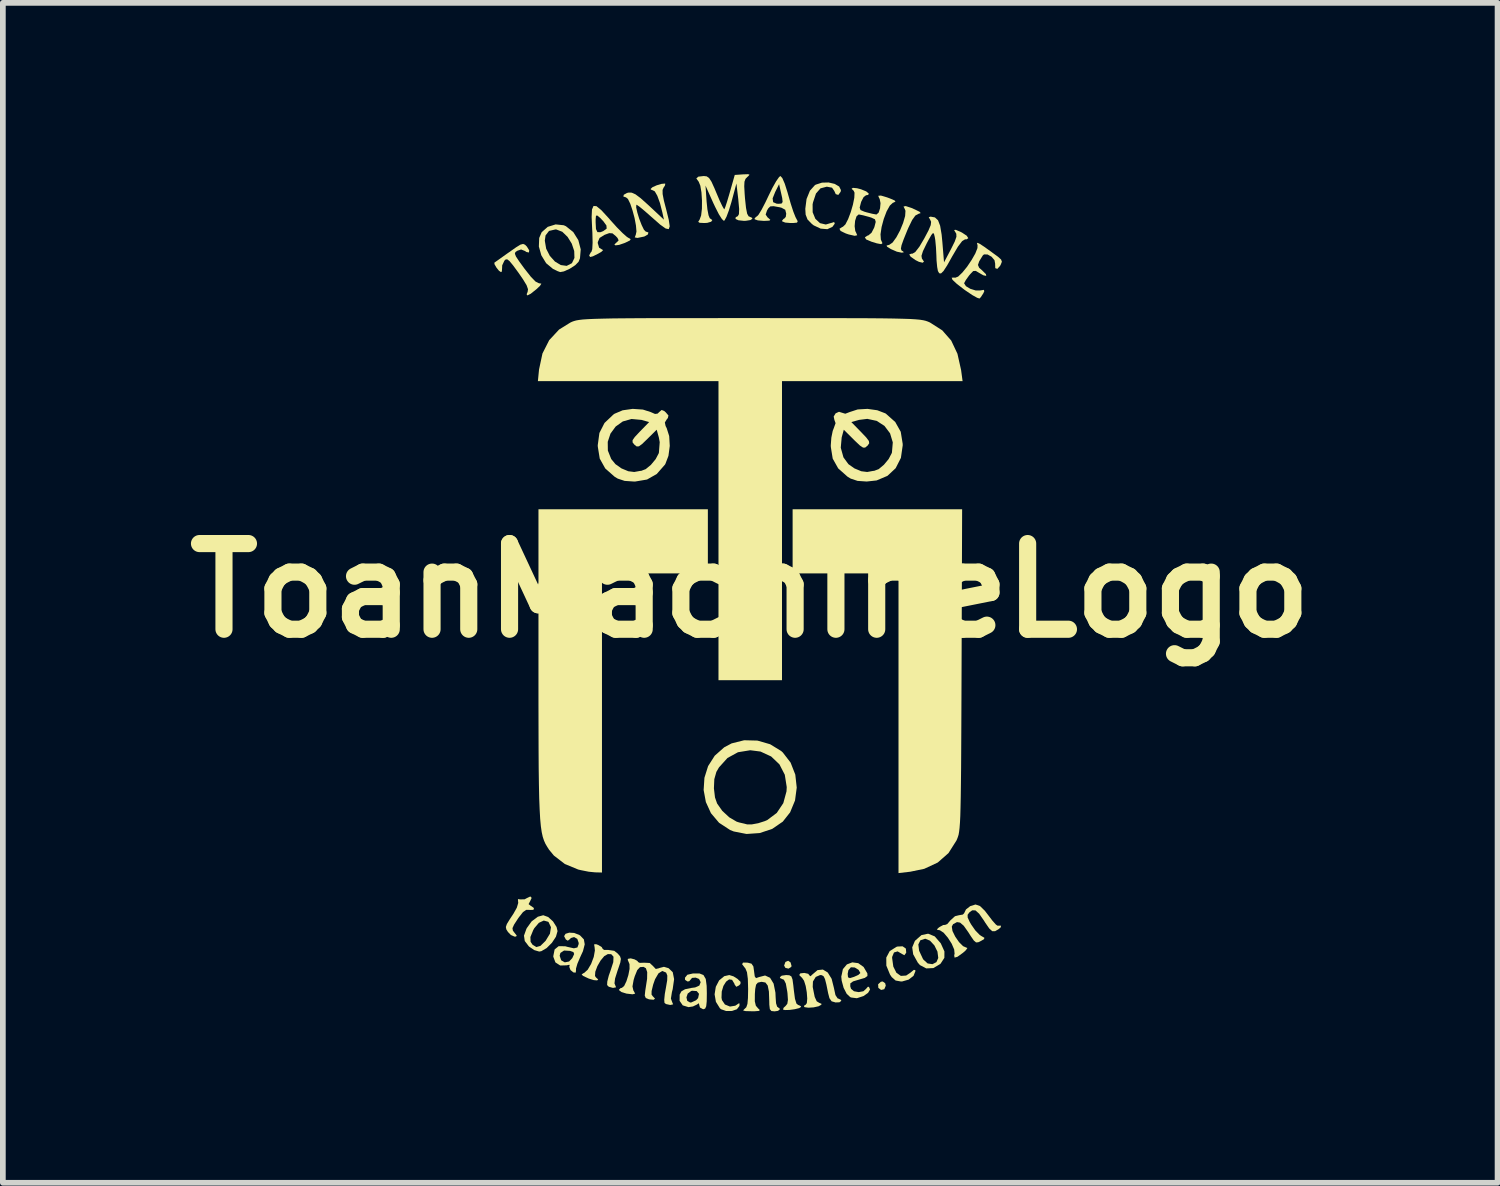
<source format=kicad_pcb>
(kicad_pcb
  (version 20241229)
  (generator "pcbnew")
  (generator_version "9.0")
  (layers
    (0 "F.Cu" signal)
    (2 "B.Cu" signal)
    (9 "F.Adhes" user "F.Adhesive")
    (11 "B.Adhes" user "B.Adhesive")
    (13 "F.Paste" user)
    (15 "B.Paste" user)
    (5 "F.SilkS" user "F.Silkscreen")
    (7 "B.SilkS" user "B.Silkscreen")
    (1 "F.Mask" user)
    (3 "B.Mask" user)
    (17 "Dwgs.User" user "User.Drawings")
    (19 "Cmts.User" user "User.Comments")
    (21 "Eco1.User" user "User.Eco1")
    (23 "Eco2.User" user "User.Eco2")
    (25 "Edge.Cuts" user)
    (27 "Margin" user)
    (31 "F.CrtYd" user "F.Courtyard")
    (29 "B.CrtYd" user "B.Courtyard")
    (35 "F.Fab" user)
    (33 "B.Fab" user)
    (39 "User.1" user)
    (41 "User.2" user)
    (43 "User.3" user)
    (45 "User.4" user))
  (footprint "ToanMachineLogo"
    (layer "F.Cu")
    (at 10.086 7.289)
    (property "Reference" "ToanMachineLogo" (at 0 0 0) (layer "F.SilkS") (effects (font (size 1.5 1.5) (thickness 0.3))))
    (attr board_only exclude_from_pos_files exclude_from_bom)
    (fp_poly (pts (xy 0.706 6.512) (xy 0.723 6.573) (xy 0.718 6.591) (xy 0.67 6.621) (xy 0.615 6.607) (xy 0.593 6.567) (xy 0.616 6.504) (xy 0.664 6.483)) (stroke (width 0) (type solid)) (fill yes) (layer "F.SilkS"))
    (fp_poly (pts (xy 2.363 6.877) (xy 2.373 6.92) (xy 2.347 6.981) (xy 2.291 6.994) (xy 2.243 6.958) (xy 2.239 6.895) (xy 2.287 6.851) (xy 2.32 6.846)) (stroke (width 0) (type solid)) (fill yes) (layer "F.SilkS"))
    (fp_poly (pts (xy 0.685 6.737) (xy 0.72 6.757) (xy 0.74 6.81) (xy 0.754 6.913) (xy 0.763 6.995) (xy 0.783 7.148) (xy 0.809 7.233) (xy 0.839 7.257) (xy 0.885 7.277) (xy 0.89 7.291) (xy 0.858 7.312) (xy 0.781 7.331) (xy 0.688 7.344) (xy 0.608 7.346) (xy 0.573 7.337) (xy 0.585 7.305) (xy 0.616 7.277) (xy 0.649 7.237) (xy 0.66 7.168) (xy 0.652 7.05) (xy 0.648 7.021) (xy 0.623 6.882) (xy 0.589 6.815) (xy 0.57 6.808) (xy 0.524 6.787) (xy 0.519 6.771) (xy 0.551 6.744) (xy 0.628 6.733)) (stroke (width 0) (type solid)) (fill yes) (layer "F.SilkS"))
    (fp_poly (pts (xy 3.7 1.393) (xy 3.698 1.919) (xy 3.696 2.375) (xy 3.694 2.767) (xy 3.692 3.1) (xy 3.689 3.38) (xy 3.686 3.611) (xy 3.682 3.799) (xy 3.678 3.948) (xy 3.672 4.066) (xy 3.665 4.156) (xy 3.657 4.224) (xy 3.648 4.276) (xy 3.636 4.315) (xy 3.623 4.349) (xy 3.611 4.377) (xy 3.471 4.598) (xy 3.283 4.763) (xy 3.047 4.873) (xy 2.802 4.924) (xy 2.596 4.948) (xy 2.596 2.324) (xy 2.596 -0.299) (xy 1.669 -0.299) (xy 0.742 -0.299) (xy 0.742 -0.86) (xy 0.742 -1.422) (xy 2.226 -1.422) (xy 3.71 -1.422)) (stroke (width 0) (type solid)) (fill yes) (layer "F.SilkS"))
    (fp_poly (pts (xy 2.725 6.27) (xy 2.731 6.339) (xy 2.73 6.343) (xy 2.699 6.386) (xy 2.661 6.366) (xy 2.581 6.319) (xy 2.517 6.338) (xy 2.485 6.415) (xy 2.484 6.432) (xy 2.505 6.585) (xy 2.559 6.693) (xy 2.637 6.748) (xy 2.73 6.742) (xy 2.803 6.693) (xy 2.865 6.642) (xy 2.89 6.647) (xy 2.892 6.665) (xy 2.859 6.747) (xy 2.774 6.813) (xy 2.661 6.845) (xy 2.639 6.846) (xy 2.545 6.829) (xy 2.476 6.768) (xy 2.447 6.724) (xy 2.383 6.568) (xy 2.382 6.427) (xy 2.442 6.314) (xy 2.559 6.24) (xy 2.577 6.234) (xy 2.668 6.23)) (stroke (width 0) (type solid)) (fill yes) (layer "F.SilkS"))
    (fp_poly (pts (xy -0.742 -0.86) (xy -0.742 -0.299) (xy -1.669 -0.299) (xy -2.596 -0.299) (xy -2.596 2.319) (xy -2.596 4.938) (xy -2.716 4.935) (xy -2.828 4.924) (xy -2.963 4.897) (xy -3.011 4.886) (xy -3.246 4.789) (xy -3.438 4.641) (xy -3.523 4.538) (xy -3.556 4.486) (xy -3.586 4.435) (xy -3.611 4.379) (xy -3.633 4.313) (xy -3.651 4.231) (xy -3.666 4.128) (xy -3.678 3.998) (xy -3.687 3.838) (xy -3.695 3.64) (xy -3.7 3.4) (xy -3.704 3.112) (xy -3.706 2.772) (xy -3.707 2.374) (xy -3.708 1.912) (xy -3.708 1.381) (xy -3.708 1.301) (xy -3.708 -1.422) (xy -2.225 -1.422) (xy -0.742 -1.422)) (stroke (width 0) (type solid)) (fill yes) (layer "F.SilkS"))
    (fp_poly (pts (xy -0.293 6.756) (xy -0.223 6.8) (xy -0.169 6.853) (xy -0.172 6.89) (xy -0.197 6.915) (xy -0.244 6.939) (xy -0.273 6.9) (xy -0.277 6.885) (xy -0.318 6.817) (xy -0.37 6.809) (xy -0.423 6.849) (xy -0.47 6.924) (xy -0.499 7.021) (xy -0.503 7.13) (xy -0.495 7.172) (xy -0.443 7.249) (xy -0.355 7.285) (xy -0.262 7.27) (xy -0.236 7.253) (xy -0.192 7.224) (xy -0.187 7.256) (xy -0.191 7.277) (xy -0.234 7.332) (xy -0.32 7.362) (xy -0.422 7.363) (xy -0.51 7.332) (xy -0.531 7.315) (xy -0.601 7.202) (xy -0.624 7.071) (xy -0.603 6.939) (xy -0.545 6.827) (xy -0.455 6.753) (xy -0.367 6.733)) (stroke (width 0) (type solid)) (fill yes) (layer "F.SilkS"))
    (fp_poly (pts (xy 2.82 -6.699) (xy 2.884 -6.671) (xy 2.965 -6.631) (xy 2.984 -6.608) (xy 2.946 -6.595) (xy 2.943 -6.594) (xy 2.89 -6.564) (xy 2.835 -6.487) (xy 2.769 -6.351) (xy 2.748 -6.302) (xy 2.685 -6.146) (xy 2.649 -6.045) (xy 2.638 -5.986) (xy 2.649 -5.953) (xy 2.679 -5.935) (xy 2.687 -5.92) (xy 2.651 -5.915) (xy 2.568 -5.932) (xy 2.469 -5.975) (xy 2.466 -5.976) (xy 2.396 -6.019) (xy 2.387 -6.04) (xy 2.434 -6.052) (xy 2.434 -6.052) (xy 2.492 -6.092) (xy 2.558 -6.183) (xy 2.623 -6.304) (xy 2.677 -6.436) (xy 2.712 -6.557) (xy 2.718 -6.648) (xy 2.707 -6.677) (xy 2.684 -6.723) (xy 2.722 -6.731)) (stroke (width 0) (type solid)) (fill yes) (layer "F.SilkS"))
    (fp_poly (pts (xy 3.23 6.056) (xy 3.333 6.174) (xy 3.337 6.18) (xy 3.4 6.319) (xy 3.399 6.432) (xy 3.334 6.532) (xy 3.326 6.54) (xy 3.207 6.611) (xy 3.082 6.617) (xy 2.972 6.559) (xy 2.934 6.516) (xy 2.853 6.37) (xy 2.836 6.249) (xy 2.857 6.198) (xy 2.943 6.198) (xy 2.957 6.308) (xy 3.021 6.445) (xy 3.033 6.464) (xy 3.106 6.53) (xy 3.19 6.543) (xy 3.26 6.507) (xy 3.292 6.434) (xy 3.278 6.323) (xy 3.224 6.214) (xy 3.147 6.131) (xy 3.064 6.097) (xy 3.064 6.097) (xy 2.979 6.124) (xy 2.943 6.198) (xy 2.857 6.198) (xy 2.881 6.14) (xy 2.889 6.129) (xy 2.999 6.033) (xy 3.115 6.009)) (stroke (width 0) (type solid)) (fill yes) (layer "F.SilkS"))
    (fp_poly (pts (xy -3.827 5.382) (xy -3.855 5.442) (xy -3.881 5.491) (xy -3.845 5.52) (xy -3.842 5.521) (xy -3.787 5.56) (xy -3.796 5.592) (xy -3.863 5.593) (xy -3.866 5.592) (xy -3.923 5.592) (xy -3.979 5.631) (xy -4.05 5.721) (xy -4.069 5.748) (xy -4.135 5.85) (xy -4.163 5.912) (xy -4.156 5.955) (xy -4.128 5.992) (xy -4.088 6.043) (xy -4.101 6.059) (xy -4.127 6.06) (xy -4.191 6.032) (xy -4.242 5.979) (xy -4.271 5.933) (xy -4.279 5.892) (xy -4.261 5.839) (xy -4.21 5.756) (xy -4.147 5.661) (xy -4.087 5.554) (xy -4.062 5.47) (xy -4.065 5.445) (xy -4.067 5.403) (xy -4.027 5.409) (xy -3.95 5.407) (xy -3.911 5.386) (xy -3.85 5.357)) (stroke (width 0) (type solid)) (fill yes) (layer "F.SilkS"))
    (fp_poly (pts (xy 1.479 -7.119) (xy 1.557 -7.073) (xy 1.588 -7.011) (xy 1.583 -6.982) (xy 1.542 -6.926) (xy 1.497 -6.94) (xy 1.472 -6.995) (xy 1.432 -7.053) (xy 1.342 -7.07) (xy 1.339 -7.07) (xy 1.23 -7.041) (xy 1.151 -6.951) (xy 1.099 -6.795) (xy 1.092 -6.761) (xy 1.093 -6.622) (xy 1.14 -6.508) (xy 1.221 -6.432) (xy 1.323 -6.408) (xy 1.408 -6.433) (xy 1.469 -6.452) (xy 1.48 -6.423) (xy 1.439 -6.367) (xy 1.35 -6.326) (xy 1.233 -6.336) (xy 1.111 -6.393) (xy 1.078 -6.419) (xy 1.003 -6.496) (xy 0.97 -6.581) (xy 0.964 -6.683) (xy 0.986 -6.855) (xy 1.045 -7) (xy 1.132 -7.097) (xy 1.147 -7.106) (xy 1.256 -7.141) (xy 1.372 -7.144)) (stroke (width 0) (type solid)) (fill yes) (layer "F.SilkS"))
    (fp_poly (pts (xy -3.538 5.717) (xy -3.453 5.794) (xy -3.391 5.892) (xy -3.374 5.964) (xy -3.402 6.062) (xy -3.472 6.168) (xy -3.564 6.26) (xy -3.657 6.315) (xy -3.695 6.322) (xy -3.783 6.296) (xy -3.873 6.234) (xy -3.877 6.23) (xy -3.948 6.137) (xy -3.958 6.067) (xy -3.849 6.067) (xy -3.846 6.151) (xy -3.812 6.202) (xy -3.745 6.243) (xy -3.674 6.223) (xy -3.587 6.138) (xy -3.582 6.132) (xy -3.507 6.009) (xy -3.489 5.896) (xy -3.53 5.808) (xy -3.539 5.8) (xy -3.615 5.779) (xy -3.701 5.819) (xy -3.781 5.913) (xy -3.8 5.947) (xy -3.849 6.067) (xy -3.958 6.067) (xy -3.962 6.044) (xy -3.92 5.927) (xy -3.912 5.911) (xy -3.827 5.793) (xy -3.719 5.712) (xy -3.624 5.686)) (stroke (width 0) (type solid)) (fill yes) (layer "F.SilkS"))
    (fp_poly (pts (xy -3.265 -6.395) (xy -3.227 -6.378) (xy -3.099 -6.276) (xy -3.01 -6.134) (xy -2.968 -5.973) (xy -2.981 -5.817) (xy -3.006 -5.755) (xy -3.065 -5.695) (xy -3.161 -5.633) (xy -3.263 -5.587) (xy -3.327 -5.575) (xy -3.377 -5.593) (xy -3.454 -5.631) (xy -3.574 -5.731) (xy -3.658 -5.869) (xy -3.701 -6.023) (xy -3.697 -6.125) (xy -3.597 -6.125) (xy -3.573 -5.984) (xy -3.509 -5.859) (xy -3.42 -5.76) (xy -3.317 -5.698) (xy -3.214 -5.684) (xy -3.124 -5.73) (xy -3.122 -5.731) (xy -3.078 -5.823) (xy -3.082 -5.944) (xy -3.125 -6.073) (xy -3.198 -6.191) (xy -3.291 -6.281) (xy -3.395 -6.321) (xy -3.41 -6.322) (xy -3.523 -6.296) (xy -3.584 -6.217) (xy -3.597 -6.125) (xy -3.697 -6.125) (xy -3.695 -6.173) (xy -3.652 -6.273) (xy -3.546 -6.367) (xy -3.407 -6.41)) (stroke (width 0) (type solid)) (fill yes) (layer "F.SilkS"))
    (fp_poly (pts (xy 1.891 6.525) (xy 1.985 6.592) (xy 2.051 6.705) (xy 2.052 6.75) (xy 2.006 6.783) (xy 1.908 6.812) (xy 1.801 6.844) (xy 1.753 6.878) (xy 1.751 6.93) (xy 1.765 6.974) (xy 1.816 7.017) (xy 1.899 7.032) (xy 1.981 7.017) (xy 2.026 6.977) (xy 2.06 6.938) (xy 2.079 6.941) (xy 2.098 6.986) (xy 2.063 7.045) (xy 1.985 7.1) (xy 1.98 7.102) (xy 1.867 7.139) (xy 1.771 7.127) (xy 1.751 7.12) (xy 1.689 7.062) (xy 1.635 6.957) (xy 1.601 6.832) (xy 1.594 6.76) (xy 1.605 6.712) (xy 1.706 6.712) (xy 1.712 6.773) (xy 1.745 6.787) (xy 1.817 6.765) (xy 1.894 6.73) (xy 1.928 6.698) (xy 1.928 6.697) (xy 1.897 6.642) (xy 1.83 6.601) (xy 1.762 6.597) (xy 1.719 6.647) (xy 1.706 6.712) (xy 1.605 6.712) (xy 1.622 6.63) (xy 1.692 6.547) (xy 1.787 6.511)) (stroke (width 0) (type solid)) (fill yes) (layer "F.SilkS"))
    (fp_poly (pts (xy -3.943 -6.054) (xy -3.911 -6.022) (xy -3.87 -5.956) (xy -3.875 -5.918) (xy -3.92 -5.927) (xy -3.946 -5.945) (xy -4.012 -5.971) (xy -4.077 -5.949) (xy -4.111 -5.926) (xy -4.121 -5.897) (xy -4.102 -5.848) (xy -4.048 -5.766) (xy -3.955 -5.638) (xy -3.955 -5.638) (xy -3.841 -5.493) (xy -3.758 -5.408) (xy -3.697 -5.378) (xy -3.686 -5.378) (xy -3.657 -5.372) (xy -3.682 -5.333) (xy -3.744 -5.275) (xy -3.843 -5.196) (xy -3.902 -5.166) (xy -3.915 -5.187) (xy -3.898 -5.228) (xy -3.891 -5.275) (xy -3.916 -5.345) (xy -3.979 -5.449) (xy -4.059 -5.565) (xy -4.153 -5.693) (xy -4.215 -5.768) (xy -4.256 -5.799) (xy -4.286 -5.794) (xy -4.305 -5.774) (xy -4.343 -5.693) (xy -4.345 -5.643) (xy -4.349 -5.586) (xy -4.364 -5.574) (xy -4.4 -5.599) (xy -4.445 -5.655) (xy -4.478 -5.713) (xy -4.48 -5.74) (xy -4.446 -5.764) (xy -4.367 -5.82) (xy -4.258 -5.898) (xy -4.223 -5.922) (xy -4.101 -6.008) (xy -4.025 -6.055) (xy -3.977 -6.068)) (stroke (width 0) (type solid)) (fill yes) (layer "F.SilkS"))
    (fp_poly (pts (xy -2.663 6.206) (xy -2.6 6.244) (xy -2.584 6.274) (xy -2.558 6.294) (xy -2.491 6.293) (xy -2.381 6.309) (xy -2.318 6.359) (xy -2.279 6.406) (xy -2.265 6.45) (xy -2.275 6.514) (xy -2.31 6.618) (xy -2.324 6.658) (xy -2.367 6.795) (xy -2.377 6.879) (xy -2.362 6.917) (xy -2.349 6.948) (xy -2.403 6.958) (xy -2.404 6.958) (xy -2.477 6.938) (xy -2.506 6.908) (xy -2.503 6.847) (xy -2.477 6.744) (xy -2.447 6.659) (xy -2.398 6.507) (xy -2.394 6.412) (xy -2.434 6.368) (xy -2.493 6.366) (xy -2.556 6.402) (xy -2.621 6.48) (xy -2.677 6.578) (xy -2.713 6.675) (xy -2.718 6.749) (xy -2.702 6.774) (xy -2.662 6.81) (xy -2.68 6.827) (xy -2.74 6.822) (xy -2.829 6.794) (xy -2.842 6.788) (xy -2.927 6.748) (xy -2.952 6.723) (xy -2.923 6.702) (xy -2.908 6.696) (xy -2.846 6.64) (xy -2.786 6.538) (xy -2.74 6.416) (xy -2.72 6.304) (xy -2.725 6.248) (xy -2.734 6.196) (xy -2.699 6.193)) (stroke (width 0) (type solid)) (fill yes) (layer "F.SilkS"))
    (fp_poly (pts (xy -0.819 6.733) (xy -0.779 6.802) (xy -0.763 6.923) (xy -0.76 7.05) (xy -0.762 7.195) (xy -0.771 7.28) (xy -0.79 7.321) (xy -0.823 7.332) (xy -0.825 7.332) (xy -0.88 7.302) (xy -0.89 7.268) (xy -0.9 7.227) (xy -0.934 7.25) (xy -1.003 7.283) (xy -1.081 7.295) (xy -1.182 7.264) (xy -1.237 7.184) (xy -1.236 7.124) (xy -1.117 7.124) (xy -1.103 7.185) (xy -1.053 7.214) (xy -1.033 7.213) (xy -0.949 7.175) (xy -0.913 7.137) (xy -0.897 7.062) (xy -0.937 7.014) (xy -1.018 7.008) (xy -1.035 7.013) (xy -1.095 7.058) (xy -1.117 7.124) (xy -1.236 7.124) (xy -1.236 7.076) (xy -1.206 7.019) (xy -1.142 6.982) (xy -1.026 6.958) (xy -0.964 6.95) (xy -0.891 6.917) (xy -0.868 6.858) (xy -0.896 6.802) (xy -0.955 6.778) (xy -1.019 6.783) (xy -1.038 6.806) (xy -1.068 6.841) (xy -1.097 6.846) (xy -1.141 6.818) (xy -1.143 6.78) (xy -1.101 6.728) (xy -1.001 6.705) (xy -0.89 6.705)) (stroke (width 0) (type solid)) (fill yes) (layer "F.SilkS"))
    (fp_poly (pts (xy 1.357 6.689) (xy 1.425 6.799) (xy 1.464 6.954) (xy 1.492 7.084) (xy 1.53 7.142) (xy 1.542 7.145) (xy 1.589 7.168) (xy 1.594 7.185) (xy 1.563 7.21) (xy 1.494 7.213) (xy 1.425 7.193) (xy 1.387 7.139) (xy 1.364 7.051) (xy 1.333 6.898) (xy 1.309 6.804) (xy 1.285 6.755) (xy 1.254 6.736) (xy 1.224 6.733) (xy 1.147 6.766) (xy 1.098 6.846) (xy 1.094 6.942) (xy 1.112 7.034) (xy 1.129 7.117) (xy 1.164 7.193) (xy 1.208 7.22) (xy 1.247 7.236) (xy 1.245 7.253) (xy 1.197 7.28) (xy 1.11 7.299) (xy 1.018 7.305) (xy 0.953 7.296) (xy 0.941 7.287) (xy 0.951 7.26) (xy 0.967 7.257) (xy 0.991 7.225) (xy 0.998 7.144) (xy 0.99 7.036) (xy 0.971 6.925) (xy 0.942 6.833) (xy 0.91 6.786) (xy 0.858 6.733) (xy 0.876 6.704) (xy 0.946 6.696) (xy 1.015 6.711) (xy 1.038 6.741) (xy 1.055 6.755) (xy 1.085 6.726) (xy 1.178 6.647) (xy 1.272 6.637)) (stroke (width 0) (type solid)) (fill yes) (layer "F.SilkS"))
    (fp_poly (pts (xy -3.083 5.996) (xy -2.992 6.032) (xy -2.975 6.044) (xy -2.913 6.109) (xy -2.898 6.195) (xy -2.929 6.315) (xy -2.98 6.426) (xy -3.026 6.534) (xy -3.051 6.62) (xy -3.051 6.649) (xy -3.055 6.69) (xy -3.095 6.688) (xy -3.147 6.646) (xy -3.169 6.589) (xy -3.161 6.566) (xy -3.168 6.553) (xy -3.215 6.563) (xy -3.327 6.566) (xy -3.411 6.512) (xy -3.448 6.413) (xy -3.448 6.4) (xy -3.447 6.395) (xy -3.337 6.395) (xy -3.31 6.475) (xy -3.247 6.511) (xy -3.172 6.496) (xy -3.116 6.437) (xy -3.083 6.365) (xy -3.096 6.331) (xy -3.155 6.31) (xy -3.26 6.304) (xy -3.324 6.346) (xy -3.337 6.395) (xy -3.447 6.395) (xy -3.425 6.285) (xy -3.355 6.228) (xy -3.24 6.229) (xy -3.2 6.24) (xy -3.087 6.265) (xy -3.026 6.25) (xy -3.004 6.19) (xy -3.004 6.169) (xy -3.028 6.1) (xy -3.084 6.068) (xy -3.141 6.085) (xy -3.154 6.101) (xy -3.194 6.132) (xy -3.229 6.11) (xy -3.259 6.052) (xy -3.234 6.011) (xy -3.169 5.991)) (stroke (width 0) (type solid)) (fill yes) (layer "F.SilkS"))
    (fp_poly (pts (xy 0.54 -4.769) (xy 1.011 -4.769) (xy 1.418 -4.769) (xy 1.766 -4.768) (xy 2.06 -4.767) (xy 2.304 -4.765) (xy 2.505 -4.762) (xy 2.667 -4.758) (xy 2.796 -4.754) (xy 2.895 -4.748) (xy 2.971 -4.741) (xy 3.028 -4.732) (xy 3.071 -4.722) (xy 3.106 -4.71) (xy 3.137 -4.697) (xy 3.152 -4.689) (xy 3.362 -4.555) (xy 3.519 -4.376) (xy 3.628 -4.145) (xy 3.692 -3.859) (xy 3.693 -3.851) (xy 3.718 -3.666) (xy 2.137 -3.666) (xy 0.556 -3.666) (xy 0.556 -1.047) (xy 0.556 1.571) (xy 0 1.571) (xy -0.556 1.571) (xy -0.556 -1.047) (xy -0.556 -3.666) (xy -2.137 -3.666) (xy -3.718 -3.666) (xy -3.698 -3.869) (xy -3.638 -4.15) (xy -3.52 -4.383) (xy -3.347 -4.569) (xy -3.152 -4.69) (xy -3.121 -4.705) (xy -3.088 -4.717) (xy -3.049 -4.728) (xy -2.998 -4.737) (xy -2.931 -4.745) (xy -2.842 -4.751) (xy -2.726 -4.756) (xy -2.579 -4.76) (xy -2.395 -4.764) (xy -2.169 -4.766) (xy -1.897 -4.768) (xy -1.572 -4.769) (xy -1.191 -4.769) (xy -0.748 -4.769) (xy -0.237 -4.77) (xy 0 -4.77)) (stroke (width 0) (type solid)) (fill yes) (layer "F.SilkS"))
    (fp_poly (pts (xy -0.046 6.516) (xy 0.022 6.534) (xy 0.055 6.583) (xy 0.067 6.668) (xy 0.079 6.757) (xy 0.101 6.787) (xy 0.148 6.771) (xy 0.152 6.769) (xy 0.26 6.741) (xy 0.347 6.781) (xy 0.409 6.883) (xy 0.441 7.041) (xy 0.445 7.129) (xy 0.452 7.228) (xy 0.471 7.287) (xy 0.482 7.295) (xy 0.518 7.323) (xy 0.519 7.332) (xy 0.487 7.36) (xy 0.426 7.369) (xy 0.37 7.363) (xy 0.343 7.33) (xy 0.334 7.252) (xy 0.333 7.192) (xy 0.327 7.023) (xy 0.306 6.917) (xy 0.266 6.864) (xy 0.202 6.852) (xy 0.19 6.853) (xy 0.133 6.866) (xy 0.102 6.902) (xy 0.087 6.979) (xy 0.081 7.064) (xy 0.08 7.193) (xy 0.098 7.27) (xy 0.137 7.316) (xy 0.168 7.346) (xy 0.153 7.361) (xy 0.08 7.367) (xy 0.019 7.367) (xy -0.086 7.364) (xy -0.125 7.353) (xy -0.105 7.331) (xy -0.102 7.329) (xy -0.069 7.297) (xy -0.049 7.238) (xy -0.04 7.136) (xy -0.037 6.977) (xy -0.042 6.8) (xy -0.057 6.684) (xy -0.085 6.617) (xy -0.093 6.608) (xy -0.142 6.544) (xy -0.127 6.515)) (stroke (width 0) (type solid)) (fill yes) (layer "F.SilkS"))
    (fp_poly (pts (xy 0.126 2.628) (xy 0.348 2.692) (xy 0.541 2.81) (xy 0.57 2.836) (xy 0.707 3.014) (xy 0.789 3.224) (xy 0.814 3.451) (xy 0.784 3.677) (xy 0.698 3.885) (xy 0.57 4.047) (xy 0.385 4.174) (xy 0.166 4.247) (xy -0.065 4.263) (xy -0.289 4.219) (xy -0.352 4.194) (xy -0.546 4.067) (xy -0.688 3.899) (xy -0.777 3.704) (xy -0.816 3.493) (xy -0.814 3.464) (xy -0.636 3.464) (xy -0.617 3.624) (xy -0.58 3.73) (xy -0.49 3.858) (xy -0.367 3.972) (xy -0.237 4.048) (xy -0.192 4.062) (xy -0.105 4.082) (xy -0.056 4.095) (xy 0.024 4.096) (xy 0.139 4.075) (xy 0.255 4.038) (xy 0.297 4.02) (xy 0.464 3.895) (xy 0.579 3.723) (xy 0.635 3.517) (xy 0.639 3.442) (xy 0.605 3.226) (xy 0.511 3.044) (xy 0.366 2.906) (xy 0.18 2.82) (xy 0 2.797) (xy -0.215 2.832) (xy -0.399 2.933) (xy -0.547 3.097) (xy -0.593 3.176) (xy -0.629 3.303) (xy -0.636 3.464) (xy -0.814 3.464) (xy -0.802 3.279) (xy -0.738 3.075) (xy -0.622 2.893) (xy -0.456 2.746) (xy -0.326 2.677) (xy -0.106 2.622)) (stroke (width 0) (type solid)) (fill yes) (layer "F.SilkS"))
    (fp_poly (pts (xy 0.561 -7.222) (xy 0.604 -7.124) (xy 0.652 -6.973) (xy 0.664 -6.93) (xy 0.709 -6.773) (xy 0.754 -6.635) (xy 0.792 -6.539) (xy 0.803 -6.518) (xy 0.831 -6.465) (xy 0.819 -6.441) (xy 0.751 -6.434) (xy 0.705 -6.434) (xy 0.612 -6.442) (xy 0.56 -6.463) (xy 0.556 -6.472) (xy 0.584 -6.508) (xy 0.593 -6.509) (xy 0.622 -6.541) (xy 0.63 -6.598) (xy 0.613 -6.666) (xy 0.547 -6.702) (xy 0.514 -6.71) (xy 0.409 -6.729) (xy 0.351 -6.725) (xy 0.316 -6.691) (xy 0.293 -6.652) (xy 0.27 -6.582) (xy 0.304 -6.532) (xy 0.318 -6.521) (xy 0.352 -6.49) (xy 0.335 -6.476) (xy 0.257 -6.472) (xy 0.23 -6.472) (xy 0.134 -6.48) (xy 0.079 -6.499) (xy 0.074 -6.509) (xy 0.103 -6.545) (xy 0.113 -6.546) (xy 0.144 -6.578) (xy 0.197 -6.664) (xy 0.263 -6.791) (xy 0.299 -6.866) (xy 0.392 -6.866) (xy 0.401 -6.799) (xy 0.465 -6.772) (xy 0.498 -6.771) (xy 0.548 -6.775) (xy 0.567 -6.802) (xy 0.56 -6.87) (xy 0.544 -6.942) (xy 0.505 -7.114) (xy 0.437 -6.978) (xy 0.392 -6.866) (xy 0.299 -6.866) (xy 0.316 -6.902) (xy 0.388 -7.049) (xy 0.454 -7.166) (xy 0.505 -7.239) (xy 0.528 -7.257)) (stroke (width 0) (type solid)) (fill yes) (layer "F.SilkS"))
    (fp_poly (pts (xy -2.692 -6.729) (xy -2.608 -6.66) (xy -2.487 -6.529) (xy -2.447 -6.483) (xy -2.336 -6.36) (xy -2.235 -6.258) (xy -2.159 -6.191) (xy -2.132 -6.174) (xy -2.094 -6.152) (xy -2.107 -6.129) (xy -2.18 -6.093) (xy -2.203 -6.083) (xy -2.297 -6.051) (xy -2.36 -6.043) (xy -2.379 -6.058) (xy -2.34 -6.095) (xy -2.335 -6.098) (xy -2.304 -6.131) (xy -2.325 -6.174) (xy -2.355 -6.206) (xy -2.412 -6.253) (xy -2.469 -6.257) (xy -2.549 -6.228) (xy -2.638 -6.173) (xy -2.669 -6.1) (xy -2.67 -6.083) (xy -2.646 -6.002) (xy -2.605 -5.977) (xy -2.576 -5.96) (xy -2.607 -5.929) (xy -2.659 -5.899) (xy -2.755 -5.851) (xy -2.802 -5.839) (xy -2.818 -5.86) (xy -2.818 -5.871) (xy -2.791 -5.922) (xy -2.781 -5.929) (xy -2.766 -5.977) (xy -2.76 -6.091) (xy -2.764 -6.262) (xy -2.768 -6.337) (xy -2.773 -6.446) (xy -2.707 -6.446) (xy -2.701 -6.329) (xy -2.676 -6.275) (xy -2.623 -6.273) (xy -2.575 -6.292) (xy -2.514 -6.336) (xy -2.518 -6.391) (xy -2.52 -6.393) (xy -2.571 -6.464) (xy -2.629 -6.525) (xy -2.679 -6.566) (xy -2.701 -6.561) (xy -2.707 -6.498) (xy -2.707 -6.446) (xy -2.773 -6.446) (xy -2.777 -6.54) (xy -2.771 -6.671) (xy -2.744 -6.733)) (stroke (width 0) (type solid)) (fill yes) (layer "F.SilkS"))
    (fp_poly (pts (xy -1.487 -7.121) (xy -1.495 -7.087) (xy -1.517 -7.055) (xy -1.535 -7.013) (xy -1.534 -6.941) (xy -1.512 -6.827) (xy -1.469 -6.662) (xy -1.426 -6.487) (xy -1.41 -6.376) (xy -1.427 -6.327) (xy -1.481 -6.338) (xy -1.578 -6.407) (xy -1.721 -6.533) (xy -1.735 -6.545) (xy -1.845 -6.642) (xy -1.933 -6.715) (xy -1.985 -6.752) (xy -1.994 -6.754) (xy -1.997 -6.707) (xy -1.977 -6.617) (xy -1.943 -6.506) (xy -1.901 -6.398) (xy -1.861 -6.316) (xy -1.831 -6.285) (xy -1.783 -6.269) (xy -1.792 -6.234) (xy -1.85 -6.2) (xy -1.863 -6.196) (xy -1.975 -6.173) (xy -2.022 -6.182) (xy -2.006 -6.224) (xy -2.005 -6.225) (xy -1.992 -6.285) (xy -2.001 -6.39) (xy -2.025 -6.52) (xy -2.061 -6.654) (xy -2.101 -6.773) (xy -2.142 -6.856) (xy -2.175 -6.883) (xy -2.222 -6.898) (xy -2.214 -6.929) (xy -2.159 -6.96) (xy -2.131 -6.967) (xy -2.076 -6.966) (xy -2.01 -6.937) (xy -1.921 -6.871) (xy -1.796 -6.759) (xy -1.774 -6.739) (xy -1.511 -6.493) (xy -1.539 -6.621) (xy -1.581 -6.785) (xy -1.627 -6.911) (xy -1.671 -6.988) (xy -1.702 -7.005) (xy -1.74 -7.02) (xy -1.743 -7.032) (xy -1.712 -7.061) (xy -1.639 -7.094) (xy -1.557 -7.119) (xy -1.497 -7.125)) (stroke (width 0) (type solid)) (fill yes) (layer "F.SilkS"))
    (fp_poly (pts (xy 4.022 -6.068) (xy 4.103 -6.014) (xy 4.234 -5.92) (xy 4.236 -5.918) (xy 4.339 -5.843) (xy 4.392 -5.795) (xy 4.406 -5.757) (xy 4.389 -5.712) (xy 4.374 -5.683) (xy 4.326 -5.631) (xy 4.29 -5.644) (xy 4.288 -5.714) (xy 4.289 -5.717) (xy 4.277 -5.783) (xy 4.225 -5.844) (xy 4.156 -5.883) (xy 4.094 -5.885) (xy 4.073 -5.868) (xy 4.009 -5.764) (xy 3.987 -5.7) (xy 4.008 -5.651) (xy 4.06 -5.605) (xy 4.127 -5.539) (xy 4.132 -5.508) (xy 4.081 -5.519) (xy 4.018 -5.555) (xy 3.949 -5.596) (xy 3.904 -5.593) (xy 3.853 -5.54) (xy 3.831 -5.514) (xy 3.775 -5.436) (xy 3.746 -5.383) (xy 3.745 -5.378) (xy 3.777 -5.328) (xy 3.854 -5.282) (xy 3.948 -5.253) (xy 4.025 -5.253) (xy 4.09 -5.264) (xy 4.098 -5.24) (xy 4.081 -5.203) (xy 4.038 -5.137) (xy 4.014 -5.112) (xy 3.973 -5.125) (xy 3.889 -5.172) (xy 3.779 -5.246) (xy 3.754 -5.263) (xy 3.618 -5.368) (xy 3.541 -5.44) (xy 3.527 -5.477) (xy 3.575 -5.479) (xy 3.588 -5.476) (xy 3.64 -5.496) (xy 3.714 -5.567) (xy 3.797 -5.669) (xy 3.876 -5.787) (xy 3.941 -5.901) (xy 3.978 -5.995) (xy 3.98 -6.045) (xy 3.97 -6.079) (xy 3.98 -6.088)) (stroke (width 0) (type solid)) (fill yes) (layer "F.SilkS"))
    (fp_poly (pts (xy 3.234 -6.532) (xy 3.288 -6.482) (xy 3.325 -6.386) (xy 3.351 -6.232) (xy 3.364 -6.099) (xy 3.393 -5.745) (xy 3.516 -5.979) (xy 3.581 -6.11) (xy 3.61 -6.193) (xy 3.608 -6.246) (xy 3.595 -6.268) (xy 3.569 -6.312) (xy 3.599 -6.315) (xy 3.689 -6.276) (xy 3.71 -6.265) (xy 3.79 -6.212) (xy 3.818 -6.169) (xy 3.788 -6.148) (xy 3.76 -6.148) (xy 3.71 -6.117) (xy 3.637 -6.021) (xy 3.544 -5.863) (xy 3.539 -5.855) (xy 3.449 -5.694) (xy 3.385 -5.595) (xy 3.34 -5.551) (xy 3.308 -5.555) (xy 3.286 -5.594) (xy 3.273 -5.664) (xy 3.262 -5.779) (xy 3.259 -5.867) (xy 3.252 -6.007) (xy 3.24 -6.135) (xy 3.231 -6.189) (xy 3.217 -6.245) (xy 3.2 -6.259) (xy 3.172 -6.226) (xy 3.122 -6.138) (xy 3.088 -6.074) (xy 3.024 -5.942) (xy 2.998 -5.859) (xy 3.006 -5.811) (xy 3.011 -5.805) (xy 3.042 -5.757) (xy 3.018 -5.739) (xy 2.953 -5.755) (xy 2.895 -5.784) (xy 2.809 -5.844) (xy 2.784 -5.884) (xy 2.823 -5.898) (xy 2.84 -5.897) (xy 2.89 -5.927) (xy 2.962 -6.02) (xy 3.047 -6.164) (xy 3.121 -6.304) (xy 3.16 -6.397) (xy 3.167 -6.455) (xy 3.151 -6.491) (xy 3.125 -6.535) (xy 3.157 -6.546) (xy 3.159 -6.546)) (stroke (width 0) (type solid)) (fill yes) (layer "F.SilkS"))
    (fp_poly (pts (xy 2.224 -3.156) (xy 2.365 -3.102) (xy 2.376 -3.095) (xy 2.539 -2.95) (xy 2.635 -2.779) (xy 2.669 -2.57) (xy 2.67 -2.544) (xy 2.638 -2.322) (xy 2.546 -2.141) (xy 2.402 -2.007) (xy 2.213 -1.927) (xy 2.039 -1.908) (xy 1.879 -1.919) (xy 1.759 -1.959) (xy 1.703 -1.993) (xy 1.54 -2.138) (xy 1.444 -2.309) (xy 1.413 -2.5) (xy 1.585 -2.5) (xy 1.632 -2.331) (xy 1.719 -2.212) (xy 1.824 -2.138) (xy 1.944 -2.088) (xy 2.048 -2.075) (xy 2.07 -2.079) (xy 2.153 -2.094) (xy 2.169 -2.095) (xy 2.249 -2.125) (xy 2.34 -2.201) (xy 2.423 -2.301) (xy 2.477 -2.404) (xy 2.481 -2.416) (xy 2.496 -2.593) (xy 2.448 -2.752) (xy 2.35 -2.882) (xy 2.214 -2.97) (xy 2.049 -3.005) (xy 1.905 -2.987) (xy 1.77 -2.949) (xy 1.942 -2.773) (xy 2.032 -2.678) (xy 2.077 -2.618) (xy 2.083 -2.578) (xy 2.058 -2.541) (xy 2.05 -2.533) (xy 2.012 -2.502) (xy 1.975 -2.502) (xy 1.921 -2.538) (xy 1.834 -2.62) (xy 1.812 -2.642) (xy 1.638 -2.815) (xy 1.601 -2.68) (xy 1.585 -2.5) (xy 1.413 -2.5) (xy 1.411 -2.516) (xy 1.41 -2.54) (xy 1.42 -2.676) (xy 1.444 -2.794) (xy 1.463 -2.843) (xy 1.494 -2.93) (xy 1.474 -2.985) (xy 1.461 -3.046) (xy 1.495 -3.102) (xy 1.554 -3.129) (xy 1.602 -3.114) (xy 1.664 -3.095) (xy 1.743 -3.125) (xy 1.881 -3.17) (xy 2.052 -3.18)) (stroke (width 0) (type solid)) (fill yes) (layer "F.SilkS"))
    (fp_poly (pts (xy 4.022 5.524) (xy 4.107 5.607) (xy 4.168 5.686) (xy 4.242 5.783) (xy 4.301 5.849) (xy 4.329 5.869) (xy 4.391 5.869) (xy 4.385 5.899) (xy 4.347 5.931) (xy 4.286 5.966) (xy 4.237 5.965) (xy 4.185 5.918) (xy 4.115 5.817) (xy 4.092 5.78) (xy 4.008 5.659) (xy 3.943 5.601) (xy 3.886 5.6) (xy 3.837 5.636) (xy 3.806 5.678) (xy 3.807 5.726) (xy 3.843 5.804) (xy 3.869 5.849) (xy 3.941 5.952) (xy 4.016 6.029) (xy 4.042 6.047) (xy 4.1 6.081) (xy 4.093 6.105) (xy 4.049 6.131) (xy 3.993 6.159) (xy 3.954 6.162) (xy 3.916 6.13) (xy 3.861 6.051) (xy 3.818 5.983) (xy 3.738 5.87) (xy 3.674 5.815) (xy 3.62 5.806) (xy 3.551 5.843) (xy 3.529 5.885) (xy 3.541 5.962) (xy 3.589 6.06) (xy 3.656 6.157) (xy 3.726 6.227) (xy 3.773 6.248) (xy 3.802 6.26) (xy 3.776 6.298) (xy 3.727 6.342) (xy 3.629 6.413) (xy 3.578 6.428) (xy 3.571 6.387) (xy 3.578 6.36) (xy 3.571 6.286) (xy 3.527 6.184) (xy 3.46 6.079) (xy 3.386 5.992) (xy 3.319 5.948) (xy 3.308 5.947) (xy 3.268 5.94) (xy 3.286 5.914) (xy 3.315 5.892) (xy 3.379 5.857) (xy 3.413 5.855) (xy 3.45 5.84) (xy 3.501 5.78) (xy 3.501 5.779) (xy 3.585 5.703) (xy 3.653 5.686) (xy 3.723 5.674) (xy 3.745 5.651) (xy 3.777 5.585) (xy 3.851 5.527) (xy 3.94 5.499) (xy 3.948 5.499)) (stroke (width 0) (type solid)) (fill yes) (layer "F.SilkS"))
    (fp_poly (pts (xy -1.88 -3.168) (xy -1.745 -3.125) (xy -1.667 -3.091) (xy -1.622 -3.097) (xy -1.593 -3.125) (xy -1.551 -3.161) (xy -1.506 -3.143) (xy -1.478 -3.118) (xy -1.432 -3.064) (xy -1.443 -3.019) (xy -1.462 -2.996) (xy -1.495 -2.942) (xy -1.482 -2.88) (xy -1.463 -2.843) (xy -1.419 -2.704) (xy -1.409 -2.531) (xy -1.432 -2.358) (xy -1.486 -2.216) (xy -1.493 -2.204) (xy -1.637 -2.04) (xy -1.807 -1.943) (xy -2.014 -1.908) (xy -2.039 -1.908) (xy -2.199 -1.919) (xy -2.32 -1.959) (xy -2.376 -1.993) (xy -2.539 -2.137) (xy -2.635 -2.309) (xy -2.669 -2.518) (xy -2.67 -2.544) (xy -2.662 -2.603) (xy -2.495 -2.603) (xy -2.493 -2.45) (xy -2.434 -2.302) (xy -2.36 -2.212) (xy -2.255 -2.138) (xy -2.135 -2.088) (xy -2.031 -2.075) (xy -2.009 -2.079) (xy -1.926 -2.094) (xy -1.909 -2.095) (xy -1.83 -2.125) (xy -1.739 -2.2) (xy -1.656 -2.3) (xy -1.602 -2.403) (xy -1.599 -2.415) (xy -1.585 -2.597) (xy -1.6 -2.679) (xy -1.638 -2.815) (xy -1.802 -2.653) (xy -1.893 -2.565) (xy -1.949 -2.524) (xy -1.988 -2.522) (xy -2.026 -2.552) (xy -2.029 -2.554) (xy -2.06 -2.593) (xy -2.06 -2.632) (xy -2.022 -2.687) (xy -1.938 -2.777) (xy -1.931 -2.784) (xy -1.77 -2.949) (xy -1.905 -2.987) (xy -2.078 -3.003) (xy -2.231 -2.96) (xy -2.356 -2.871) (xy -2.447 -2.747) (xy -2.495 -2.603) (xy -2.662 -2.603) (xy -2.641 -2.758) (xy -2.552 -2.933) (xy -2.397 -3.08) (xy -2.376 -3.095) (xy -2.234 -3.155) (xy -2.058 -3.18)) (stroke (width 0) (type solid)) (fill yes) (layer "F.SilkS"))
    (fp_poly (pts (xy -0.012 -7.28) (xy -0.039 -7.25) (xy -0.05 -7.242) (xy -0.083 -7.207) (xy -0.101 -7.158) (xy -0.105 -7.077) (xy -0.098 -6.947) (xy -0.092 -6.867) (xy -0.074 -6.699) (xy -0.054 -6.597) (xy -0.028 -6.551) (xy -0.014 -6.546) (xy 0.032 -6.525) (xy 0.037 -6.509) (xy 0.004 -6.486) (xy -0.078 -6.473) (xy -0.111 -6.472) (xy -0.207 -6.482) (xy -0.258 -6.506) (xy -0.254 -6.536) (xy -0.218 -6.554) (xy -0.198 -6.589) (xy -0.194 -6.679) (xy -0.208 -6.833) (xy -0.209 -6.847) (xy -0.242 -7.126) (xy -0.33 -6.799) (xy -0.374 -6.655) (xy -0.416 -6.543) (xy -0.45 -6.48) (xy -0.462 -6.472) (xy -0.496 -6.504) (xy -0.55 -6.589) (xy -0.613 -6.713) (xy -0.645 -6.78) (xy -0.783 -7.089) (xy -0.764 -6.809) (xy -0.75 -6.673) (xy -0.73 -6.569) (xy -0.709 -6.518) (xy -0.706 -6.516) (xy -0.664 -6.486) (xy -0.684 -6.457) (xy -0.753 -6.437) (xy -0.802 -6.434) (xy -0.887 -6.438) (xy -0.911 -6.455) (xy -0.886 -6.495) (xy -0.86 -6.566) (xy -0.846 -6.685) (xy -0.845 -6.827) (xy -0.854 -6.969) (xy -0.874 -7.088) (xy -0.904 -7.161) (xy -0.91 -7.167) (xy -0.944 -7.215) (xy -0.909 -7.246) (xy -0.814 -7.257) (xy -0.762 -7.251) (xy -0.721 -7.222) (xy -0.679 -7.158) (xy -0.627 -7.044) (xy -0.591 -6.958) (xy -0.535 -6.826) (xy -0.488 -6.728) (xy -0.459 -6.678) (xy -0.453 -6.675) (xy -0.436 -6.716) (xy -0.405 -6.811) (xy -0.366 -6.942) (xy -0.354 -6.984) (xy -0.271 -7.276) (xy -0.126 -7.286) (xy -0.037 -7.289)) (stroke (width 0) (type solid)) (fill yes) (layer "F.SilkS"))
    (fp_poly (pts (xy -2.024 6.459) (xy -1.972 6.49) (xy -1.965 6.505) (xy -1.934 6.52) (xy -1.857 6.517) (xy -1.857 6.517) (xy -1.76 6.522) (xy -1.702 6.576) (xy -1.654 6.627) (xy -1.598 6.614) (xy -1.591 6.61) (xy -1.511 6.589) (xy -1.43 6.613) (xy -1.357 6.683) (xy -1.333 6.805) (xy -1.358 6.981) (xy -1.371 7.03) (xy -1.389 7.145) (xy -1.367 7.207) (xy -1.35 7.246) (xy -1.397 7.257) (xy -1.402 7.257) (xy -1.475 7.241) (xy -1.501 7.221) (xy -1.506 7.167) (xy -1.496 7.065) (xy -1.477 6.959) (xy -1.454 6.824) (xy -1.452 6.742) (xy -1.471 6.694) (xy -1.477 6.688) (xy -1.541 6.662) (xy -1.607 6.704) (xy -1.667 6.807) (xy -1.7 6.901) (xy -1.727 7.013) (xy -1.728 7.075) (xy -1.704 7.108) (xy -1.701 7.11) (xy -1.667 7.147) (xy -1.693 7.166) (xy -1.767 7.159) (xy -1.776 7.157) (xy -1.829 7.135) (xy -1.847 7.093) (xy -1.838 7.007) (xy -1.834 6.981) (xy -1.806 6.8) (xy -1.804 6.682) (xy -1.827 6.614) (xy -1.868 6.59) (xy -1.93 6.595) (xy -1.978 6.646) (xy -2.022 6.754) (xy -2.042 6.82) (xy -2.062 6.933) (xy -2.046 7.004) (xy -2.037 7.017) (xy -2.015 7.059) (xy -2.059 7.07) (xy -2.063 7.07) (xy -2.167 7.058) (xy -2.254 7.031) (xy -2.298 6.997) (xy -2.299 6.991) (xy -2.269 6.961) (xy -2.248 6.958) (xy -2.208 6.925) (xy -2.168 6.842) (xy -2.134 6.734) (xy -2.113 6.626) (xy -2.114 6.542) (xy -2.124 6.517) (xy -2.146 6.465) (xy -2.14 6.449) (xy -2.093 6.441)) (stroke (width 0) (type solid)) (fill yes) (layer "F.SilkS"))
    (fp_poly (pts (xy 1.87 -7.043) (xy 1.939 -7.025) (xy 2.03 -6.988) (xy 2.075 -6.951) (xy 2.066 -6.926) (xy 2.027 -6.92) (xy 1.985 -6.888) (xy 1.944 -6.809) (xy 1.938 -6.79) (xy 1.916 -6.704) (xy 1.931 -6.661) (xy 1.997 -6.633) (xy 2.034 -6.622) (xy 2.133 -6.597) (xy 2.204 -6.584) (xy 2.211 -6.584) (xy 2.248 -6.616) (xy 2.273 -6.692) (xy 2.281 -6.782) (xy 2.266 -6.857) (xy 2.257 -6.87) (xy 2.241 -6.911) (xy 2.288 -6.915) (xy 2.396 -6.883) (xy 2.447 -6.864) (xy 2.527 -6.83) (xy 2.543 -6.809) (xy 2.504 -6.79) (xy 2.498 -6.789) (xy 2.444 -6.739) (xy 2.388 -6.638) (xy 2.338 -6.506) (xy 2.3 -6.365) (xy 2.281 -6.237) (xy 2.287 -6.145) (xy 2.294 -6.128) (xy 2.315 -6.081) (xy 2.293 -6.064) (xy 2.217 -6.078) (xy 2.123 -6.107) (xy 2.029 -6.147) (xy 2.007 -6.184) (xy 2.056 -6.215) (xy 2.069 -6.218) (xy 2.123 -6.263) (xy 2.169 -6.351) (xy 2.175 -6.368) (xy 2.197 -6.454) (xy 2.184 -6.499) (xy 2.12 -6.529) (xy 2.077 -6.542) (xy 1.977 -6.569) (xy 1.906 -6.583) (xy 1.898 -6.584) (xy 1.861 -6.551) (xy 1.836 -6.473) (xy 1.828 -6.378) (xy 1.839 -6.295) (xy 1.854 -6.265) (xy 1.873 -6.22) (xy 1.829 -6.21) (xy 1.724 -6.234) (xy 1.674 -6.251) (xy 1.583 -6.294) (xy 1.562 -6.333) (xy 1.612 -6.365) (xy 1.622 -6.368) (xy 1.666 -6.41) (xy 1.714 -6.503) (xy 1.76 -6.625) (xy 1.798 -6.756) (xy 1.822 -6.876) (xy 1.826 -6.965) (xy 1.811 -6.999) (xy 1.774 -7.034) (xy 1.798 -7.05)) (stroke (width 0) (type solid)) (fill yes) (layer "F.SilkS")))
  (gr_rect
    (start -3 -3)
    (end 23.171 17.659)
    (stroke (width 0.1) (type default))
    (fill no)
    (layer "Edge.Cuts")))
</source>
